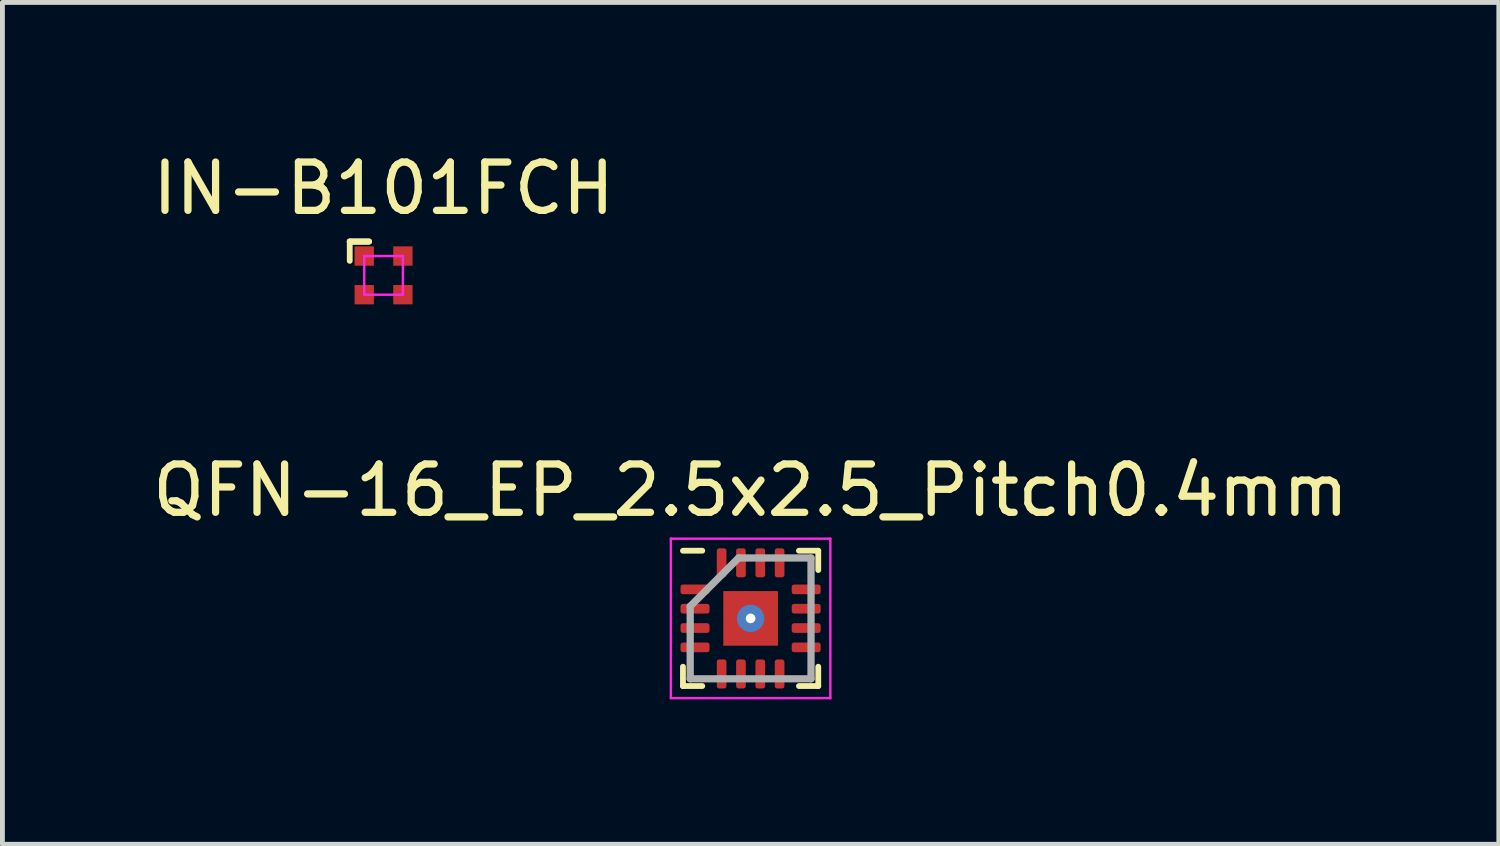
<source format=kicad_pcb>
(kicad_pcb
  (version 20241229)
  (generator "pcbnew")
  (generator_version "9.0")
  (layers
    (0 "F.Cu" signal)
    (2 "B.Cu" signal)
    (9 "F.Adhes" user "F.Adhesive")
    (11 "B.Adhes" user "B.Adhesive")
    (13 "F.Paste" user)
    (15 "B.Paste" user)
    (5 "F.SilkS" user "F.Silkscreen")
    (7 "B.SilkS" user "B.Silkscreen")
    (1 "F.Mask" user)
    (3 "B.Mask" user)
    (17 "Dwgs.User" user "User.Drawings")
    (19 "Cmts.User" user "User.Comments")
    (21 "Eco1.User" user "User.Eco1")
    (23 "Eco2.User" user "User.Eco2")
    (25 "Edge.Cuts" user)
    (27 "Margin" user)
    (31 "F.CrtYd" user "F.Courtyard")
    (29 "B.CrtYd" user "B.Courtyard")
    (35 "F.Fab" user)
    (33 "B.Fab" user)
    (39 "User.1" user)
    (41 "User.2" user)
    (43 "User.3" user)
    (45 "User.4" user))
  (footprint "IN-B101FCH"
    (layer "F.Cu")
    (at 4.887 2.648)
    (property "Reference" "IN-B101FCH" (at 0 -1.8 0) (layer "F.SilkS") (effects (font (size 1 1) (thickness 0.15))))
    (attr smd)
    (fp_line (start -0.7 -0.7) (end -0.3 -0.7) (stroke (width 0.12) (type solid)) (layer "F.SilkS"))
    (fp_line (start -0.7 -0.7) (end -0.3 -0.7) (stroke (width 0.12) (type solid)) (layer "F.SilkS"))
    (fp_line (start -0.7 -0.7) (end -0.3 -0.7) (stroke (width 0.12) (type solid)) (layer "F.SilkS"))
    (fp_line (start -0.7 -0.3) (end -0.7 -0.7) (stroke (width 0.12) (type solid)) (layer "F.SilkS"))
    (fp_line (start -0.4 -0.4) (end 0.4 -0.4) (stroke (width 0.05) (type solid)) (layer "F.CrtYd"))
    (fp_line (start -0.4 0.4) (end -0.4 -0.4) (stroke (width 0.05) (type solid)) (layer "F.CrtYd"))
    (fp_line (start 0.4 -0.4) (end 0.4 0.4) (stroke (width 0.05) (type solid)) (layer "F.CrtYd"))
    (fp_line (start 0.4 0.4) (end -0.4 0.4) (stroke (width 0.05) (type solid)) (layer "F.CrtYd"))
    (pad "1" smd rect (at 0.4 0.4) (size 0.4 0.4) (layers "F.Cu" "F.Mask" "F.Paste"))
    (pad "2" smd rect (at -0.4 0.4) (size 0.4 0.4) (layers "F.Cu" "F.Mask" "F.Paste"))
    (pad "3" smd rect (at -0.4 -0.4) (size 0.4 0.4) (layers "F.Cu" "F.Mask" "F.Paste"))
    (pad "4" smd rect (at 0.4 -0.4) (size 0.4 0.4) (layers "F.Cu" "F.Mask" "F.Paste")))
  (footprint "QFN-16_EP_2.5x2.5_Pitch0.4mm"
    (layer "F.Cu")
    (at 12.482 9.746)
    (property "Reference" "QFN-16_EP_2.5x2.5_Pitch0.4mm" (at 0 -2.65 0) (layer "F.SilkS") (effects (font (size 1 1) (thickness 0.15))))
    (attr smd)
    (fp_line (start -1.4 1.4) (end -1.4 1) (stroke (width 0.12) (type solid)) (layer "F.SilkS"))
    (fp_line (start -1 -1.4) (end -1.4 -1.4) (stroke (width 0.12) (type solid)) (layer "F.SilkS"))
    (fp_line (start -1 1.4) (end -1.4 1.4) (stroke (width 0.12) (type solid)) (layer "F.SilkS"))
    (fp_line (start 1 -1.4) (end 1.4 -1.4) (stroke (width 0.12) (type solid)) (layer "F.SilkS"))
    (fp_line (start 1 1.4) (end 1.4 1.4) (stroke (width 0.12) (type solid)) (layer "F.SilkS"))
    (fp_line (start 1.4 -1.4) (end 1.4 -1) (stroke (width 0.12) (type solid)) (layer "F.SilkS"))
    (fp_line (start 1.4 1.4) (end 1.4 1) (stroke (width 0.12) (type solid)) (layer "F.SilkS"))
    (fp_line (start -1.65 -1.65) (end 1.65 -1.65) (stroke (width 0.05) (type solid)) (layer "F.CrtYd"))
    (fp_line (start -1.65 1.65) (end -1.65 -1.65) (stroke (width 0.05) (type solid)) (layer "F.CrtYd"))
    (fp_line (start 1.65 -1.65) (end 1.65 1.65) (stroke (width 0.05) (type solid)) (layer "F.CrtYd"))
    (fp_line (start 1.65 1.65) (end -1.65 1.65) (stroke (width 0.05) (type solid)) (layer "F.CrtYd"))
    (fp_line (start -1.25 -0.25) (end -1.25 1.25) (stroke (width 0.15) (type solid)) (layer "F.Fab"))
    (fp_line (start -1.25 1.25) (end 1.25 1.25) (stroke (width 0.15) (type solid)) (layer "F.Fab"))
    (fp_line (start -0.25 -1.25) (end -1.25 -0.25) (stroke (width 0.15) (type solid)) (layer "F.Fab"))
    (fp_line (start 1.25 -1.25) (end -0.25 -1.25) (stroke (width 0.15) (type solid)) (layer "F.Fab"))
    (fp_line (start 1.25 1.25) (end 1.25 -1.25) (stroke (width 0.15) (type solid)) (layer "F.Fab"))
    (pad "1" smd roundrect (at -1.15 -0.6 90) (size 0.2 0.6) (layers "F.Cu" "F.Mask" "F.Paste") (roundrect_rratio 0.25))
    (pad "2" smd roundrect (at -1.15 -0.2 90) (size 0.2 0.6) (layers "F.Cu" "F.Mask" "F.Paste") (roundrect_rratio 0.25))
    (pad "3" smd roundrect (at -1.15 0.2 90) (size 0.2 0.6) (layers "F.Cu" "F.Mask" "F.Paste") (roundrect_rratio 0.25))
    (pad "4" smd roundrect (at -1.15 0.6 90) (size 0.2 0.6) (layers "F.Cu" "F.Mask" "F.Paste") (roundrect_rratio 0.25))
    (pad "5" smd roundrect (at -0.6 1.15) (size 0.2 0.6) (layers "F.Cu" "F.Mask" "F.Paste") (roundrect_rratio 0.25))
    (pad "6" smd roundrect (at -0.2 1.15) (size 0.2 0.6) (layers "F.Cu" "F.Mask" "F.Paste") (roundrect_rratio 0.25))
    (pad "7" smd roundrect (at 0.2 1.15) (size 0.2 0.6) (layers "F.Cu" "F.Mask" "F.Paste") (roundrect_rratio 0.25))
    (pad "8" smd roundrect (at 0.6 1.15) (size 0.2 0.6) (layers "F.Cu" "F.Mask" "F.Paste") (roundrect_rratio 0.25))
    (pad "9" smd roundrect (at 1.15 0.6 90) (size 0.2 0.6) (layers "F.Cu" "F.Mask" "F.Paste") (roundrect_rratio 0.25))
    (pad "10" smd roundrect (at 1.15 0.2 90) (size 0.2 0.6) (layers "F.Cu" "F.Mask" "F.Paste") (roundrect_rratio 0.25))
    (pad "11" smd roundrect (at 1.15 -0.2 90) (size 0.2 0.6) (layers "F.Cu" "F.Mask" "F.Paste") (roundrect_rratio 0.25))
    (pad "12" smd roundrect (at 1.15 -0.6 90) (size 0.2 0.6) (layers "F.Cu" "F.Mask" "F.Paste") (roundrect_rratio 0.25))
    (pad "13" smd roundrect (at 0.6 -1.15) (size 0.2 0.6) (layers "F.Cu" "F.Mask" "F.Paste") (roundrect_rratio 0.25))
    (pad "14" smd roundrect (at 0.2 -1.15) (size 0.2 0.6) (layers "F.Cu" "F.Mask" "F.Paste") (roundrect_rratio 0.25))
    (pad "15" smd roundrect (at -0.2 -1.15) (size 0.2 0.6) (layers "F.Cu" "F.Mask" "F.Paste") (roundrect_rratio 0.25))
    (pad "16" smd roundrect (at -0.6 -1.15) (size 0.2 0.6) (layers "F.Cu" "F.Mask" "F.Paste") (roundrect_rratio 0.25))
    (pad "17" thru_hole circle (at 0 0) (size 0.565 0.565) (drill 0.2) (layers "*.Cu" "*.Mask"))
    (pad "17" smd rect (at 0 0) (size 1.13 1.13) (layers "F.Cu" "F.Mask" "F.Paste")))
  (gr_rect
    (start -3 -3)
    (end 27.964 14.421)
    (stroke (width 0.1) (type default))
    (fill no)
    (layer "Edge.Cuts")))
</source>
